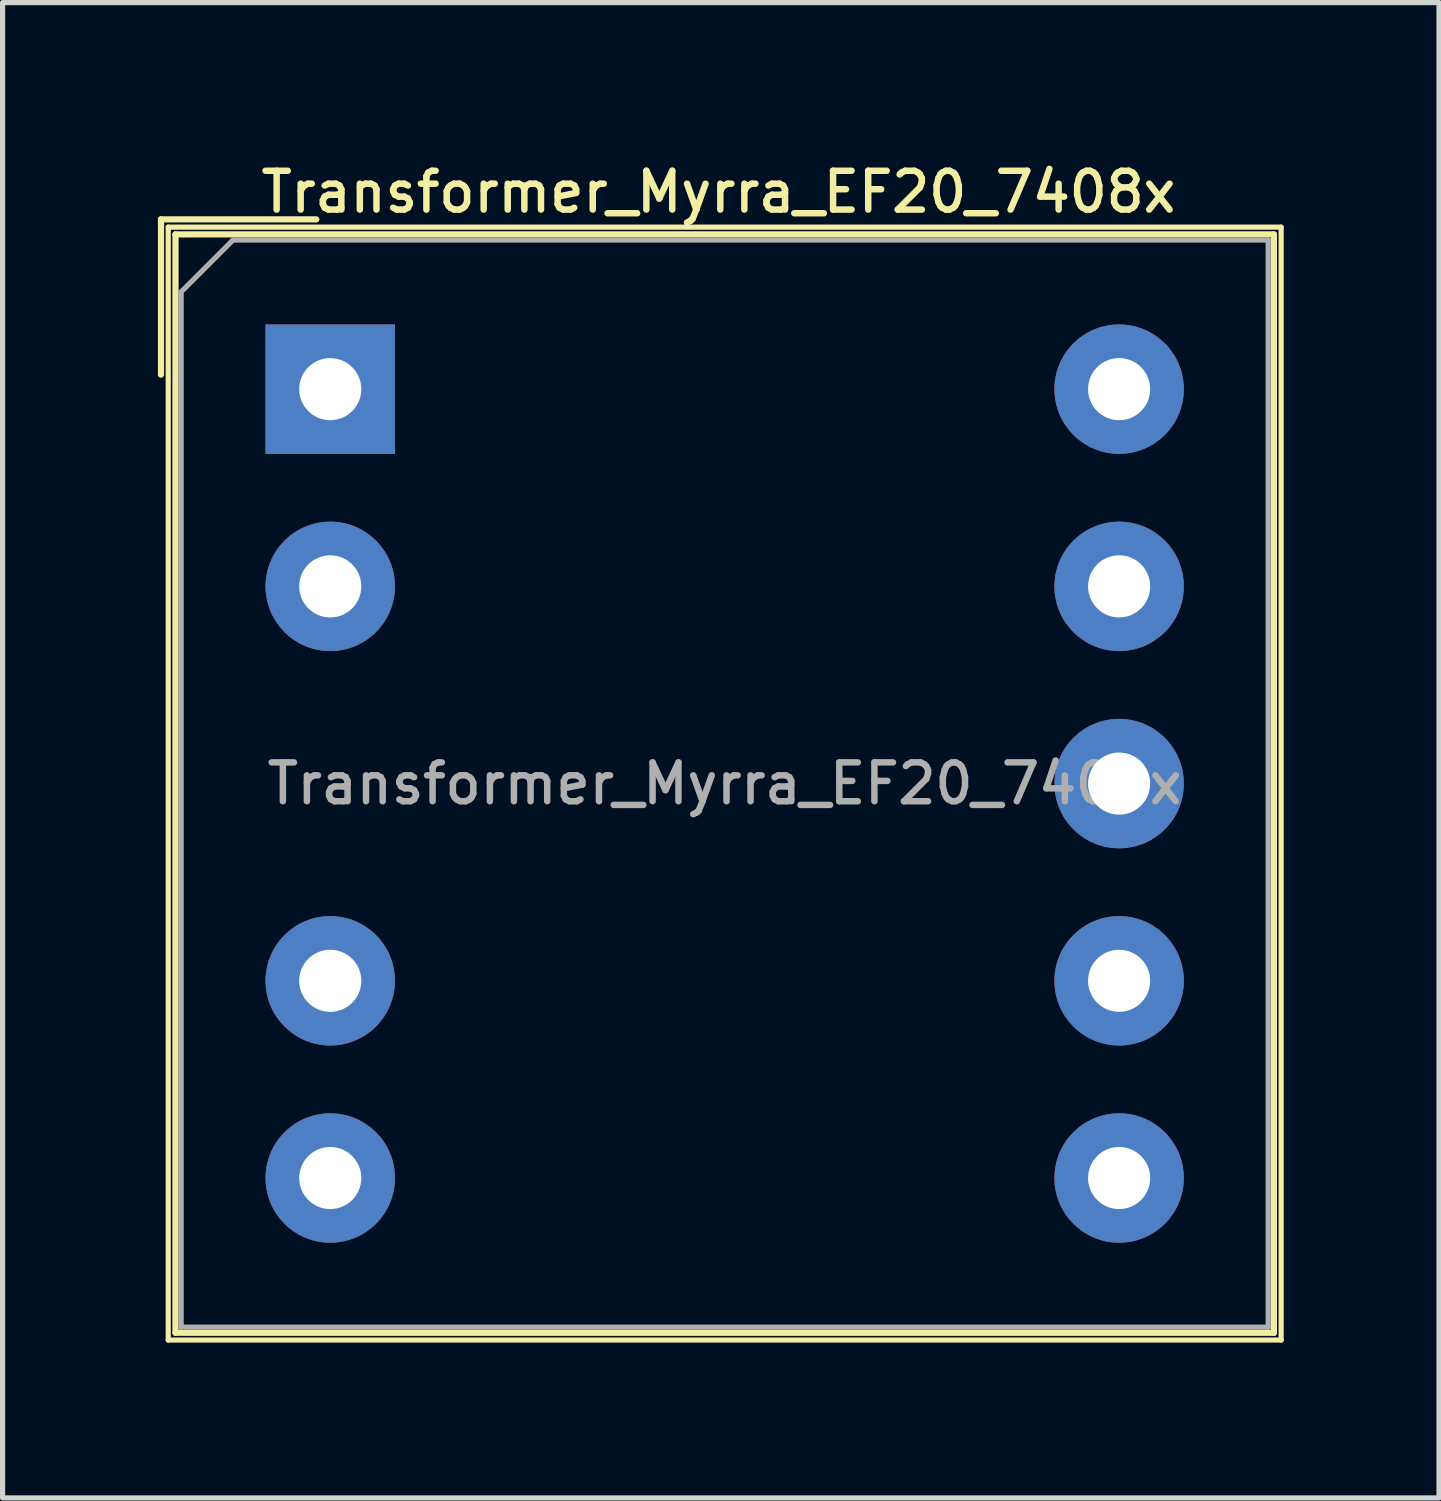
<source format=kicad_pcb>
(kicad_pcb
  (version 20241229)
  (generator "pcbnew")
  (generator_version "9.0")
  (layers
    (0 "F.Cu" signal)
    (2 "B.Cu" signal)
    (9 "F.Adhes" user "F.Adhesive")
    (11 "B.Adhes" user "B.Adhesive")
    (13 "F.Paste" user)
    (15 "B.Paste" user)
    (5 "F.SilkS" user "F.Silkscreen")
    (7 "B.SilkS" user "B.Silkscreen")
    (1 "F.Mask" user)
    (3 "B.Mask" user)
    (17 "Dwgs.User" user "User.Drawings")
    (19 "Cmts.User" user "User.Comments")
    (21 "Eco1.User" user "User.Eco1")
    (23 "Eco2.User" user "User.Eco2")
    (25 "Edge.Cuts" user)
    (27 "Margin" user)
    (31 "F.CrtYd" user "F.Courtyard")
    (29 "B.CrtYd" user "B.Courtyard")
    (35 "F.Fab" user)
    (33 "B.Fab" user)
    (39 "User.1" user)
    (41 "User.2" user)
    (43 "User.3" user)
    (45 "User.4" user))
  (footprint "Transformer_Myrra_EF20_7408x"
    (layer "F.Cu")
    (at 3.33 4.468)
    (property "Reference" "Transformer_Myrra_EF20_7408x" (at 7.5 -3.81 0) (layer "F.SilkS") (effects (font (size 0.75 0.75) (thickness 0.125))))
    (attr through_hole)
    (fp_line (start -3.27 -3.28) (end -3.27 -0.28) (stroke (width 0.12) (type solid)) (layer "F.SilkS"))
    (fp_line (start -3.13 -3.13) (end -3.13 18.37) (stroke (width 0.1) (type solid)) (layer "F.SilkS"))
    (fp_line (start -3.13 18.37) (end 18.37 18.37) (stroke (width 0.1) (type solid)) (layer "F.SilkS"))
    (fp_line (start -2.99 -2.99) (end -2.99 18.23) (stroke (width 0.12) (type solid)) (layer "F.SilkS"))
    (fp_line (start -2.99 18.23) (end 18.23 18.23) (stroke (width 0.12) (type solid)) (layer "F.SilkS"))
    (fp_line (start -0.27 -3.28) (end -3.27 -3.28) (stroke (width 0.12) (type solid)) (layer "F.SilkS"))
    (fp_line (start 18.23 -2.99) (end -2.99 -2.99) (stroke (width 0.12) (type solid)) (layer "F.SilkS"))
    (fp_line (start 18.23 18.23) (end 18.23 -2.99) (stroke (width 0.12) (type solid)) (layer "F.SilkS"))
    (fp_line (start 18.37 -3.13) (end -3.13 -3.13) (stroke (width 0.1) (type solid)) (layer "F.SilkS"))
    (fp_line (start 18.37 18.37) (end 18.37 -3.13) (stroke (width 0.1) (type solid)) (layer "F.SilkS"))
    (fp_line (start -2.88 18.12) (end -2.88 -1.88) (stroke (width 0.1) (type solid)) (layer "F.Fab"))
    (fp_line (start -1.88 -2.88) (end -2.88 -1.88) (stroke (width 0.1) (type solid)) (layer "F.Fab"))
    (fp_line (start -1.88 -2.88) (end 18.12 -2.88) (stroke (width 0.1) (type solid)) (layer "F.Fab"))
    (fp_line (start 18.12 -2.88) (end 18.12 18.12) (stroke (width 0.1) (type solid)) (layer "F.Fab"))
    (fp_line (start 18.12 18.12) (end -2.88 18.12) (stroke (width 0.1) (type solid)) (layer "F.Fab"))
    (fp_text user "${REFERENCE}" (at 7.62 7.62 0) (layer "F.Fab") (effects (font (size 0.75 0.75) (thickness 0.125))))
    (pad "1" thru_hole rect (at 0 0) (size 2.5 2.5) (drill 1.2) (layers "*.Cu" "*.Mask"))
    (pad "2" thru_hole circle (at 0 3.81) (size 2.5 2.5) (drill 1.2) (layers "*.Cu" "*.Mask"))
    (pad "4" thru_hole circle (at 0 11.43) (size 2.5 2.5) (drill 1.2) (layers "*.Cu" "*.Mask"))
    (pad "5" thru_hole circle (at 0 15.24) (size 2.5 2.5) (drill 1.2) (layers "*.Cu" "*.Mask"))
    (pad "6" thru_hole circle (at 15.24 15.24) (size 2.5 2.5) (drill 1.2) (layers "*.Cu" "*.Mask"))
    (pad "7" thru_hole circle (at 15.24 11.43) (size 2.5 2.5) (drill 1.2) (layers "*.Cu" "*.Mask"))
    (pad "8" thru_hole circle (at 15.24 7.62) (size 2.5 2.5) (drill 1.2) (layers "*.Cu" "*.Mask"))
    (pad "9" thru_hole circle (at 15.24 3.81) (size 2.5 2.5) (drill 1.2) (layers "*.Cu" "*.Mask"))
    (pad "10" thru_hole circle (at 15.24 0) (size 2.5 2.5) (drill 1.2) (layers "*.Cu" "*.Mask")))
  (gr_rect
    (start -3 -3)
    (end 24.75 25.888)
    (stroke (width 0.1) (type default))
    (fill no)
    (layer "Edge.Cuts")))
</source>
